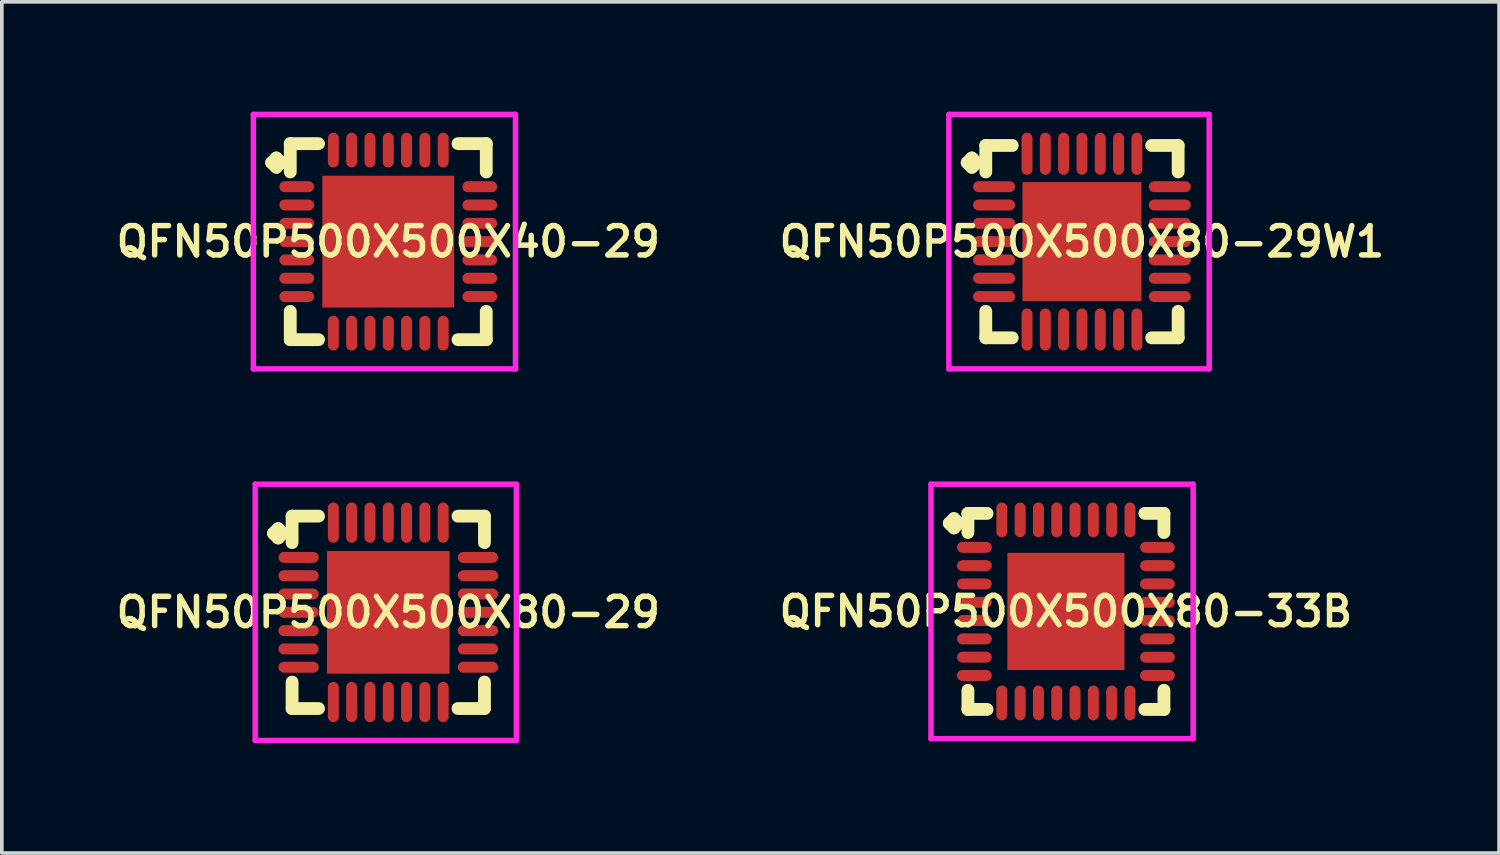
<source format=kicad_pcb>
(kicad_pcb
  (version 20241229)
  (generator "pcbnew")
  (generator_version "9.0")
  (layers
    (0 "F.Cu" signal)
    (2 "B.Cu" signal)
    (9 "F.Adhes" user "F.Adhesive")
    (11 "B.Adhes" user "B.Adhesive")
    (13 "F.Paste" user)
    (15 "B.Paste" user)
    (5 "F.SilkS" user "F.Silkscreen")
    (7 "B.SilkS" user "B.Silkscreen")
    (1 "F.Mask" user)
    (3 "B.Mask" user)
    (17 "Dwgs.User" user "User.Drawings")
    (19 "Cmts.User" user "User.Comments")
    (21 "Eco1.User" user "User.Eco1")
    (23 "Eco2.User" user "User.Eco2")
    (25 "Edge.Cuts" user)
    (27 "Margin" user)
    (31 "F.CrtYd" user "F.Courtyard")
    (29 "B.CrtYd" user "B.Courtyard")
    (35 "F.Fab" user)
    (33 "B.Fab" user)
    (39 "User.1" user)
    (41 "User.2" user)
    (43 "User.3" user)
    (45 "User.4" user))
  (footprint "QFN50P500X500X80-33B"
    (layer "F.Cu")
    (at 26.064 13.65)
    (property "Reference" "QFN50P500X500X80-33B" (at 0 0 0) (layer "F.SilkS") (effects (font (size 0.8 0.8) (thickness 0.15))))
    (attr smd)
    (fp_line (start -3.185 -2.408) (end -3.058 -2.535) (stroke (width 0.35) (type solid)) (layer "F.SilkS"))
    (fp_line (start -3.058 -2.535) (end -2.931 -2.408) (stroke (width 0.35) (type solid)) (layer "F.SilkS"))
    (fp_line (start -3.058 -2.281) (end -3.185 -2.408) (stroke (width 0.35) (type solid)) (layer "F.SilkS"))
    (fp_line (start -2.931 -2.408) (end -3.058 -2.281) (stroke (width 0.35) (type solid)) (layer "F.SilkS"))
    (fp_line (start -2.677 -2.677) (end -2.154 -2.677) (stroke (width 0.35) (type solid)) (layer "F.SilkS"))
    (fp_line (start -2.677 -2.154) (end -2.677 -2.677) (stroke (width 0.35) (type solid)) (layer "F.SilkS"))
    (fp_line (start -2.677 2.154) (end -2.677 2.677) (stroke (width 0.35) (type solid)) (layer "F.SilkS"))
    (fp_line (start -2.677 2.677) (end -2.154 2.677) (stroke (width 0.35) (type solid)) (layer "F.SilkS"))
    (fp_line (start 2.154 -2.677) (end 2.677 -2.677) (stroke (width 0.35) (type solid)) (layer "F.SilkS"))
    (fp_line (start 2.154 2.677) (end 2.677 2.677) (stroke (width 0.35) (type solid)) (layer "F.SilkS"))
    (fp_line (start 2.677 -2.677) (end 2.677 -2.154) (stroke (width 0.35) (type solid)) (layer "F.SilkS"))
    (fp_line (start 2.677 2.677) (end 2.677 2.154) (stroke (width 0.35) (type solid)) (layer "F.SilkS"))
    (fp_line (start -3.685 -3.475) (end 3.475 -3.475) (stroke (width 0.15) (type solid)) (layer "F.CrtYd"))
    (fp_line (start -3.685 3.475) (end -3.685 -3.475) (stroke (width 0.15) (type solid)) (layer "F.CrtYd"))
    (fp_line (start 3.475 -3.475) (end 3.475 3.475) (stroke (width 0.15) (type solid)) (layer "F.CrtYd"))
    (fp_line (start 3.475 3.475) (end -3.685 3.475) (stroke (width 0.15) (type solid)) (layer "F.CrtYd"))
    (pad "1" smd oval (at -2.5 -1.75) (size 0.95 0.3) (layers "F.Cu" "F.Mask" "F.Paste"))
    (pad "2" smd oval (at -2.5 -1.25) (size 0.95 0.3) (layers "F.Cu" "F.Mask" "F.Paste"))
    (pad "3" smd oval (at -2.5 -0.75) (size 0.95 0.3) (layers "F.Cu" "F.Mask" "F.Paste"))
    (pad "4" smd oval (at -2.5 -0.25) (size 0.95 0.3) (layers "F.Cu" "F.Mask" "F.Paste"))
    (pad "5" smd oval (at -2.5 0.25) (size 0.95 0.3) (layers "F.Cu" "F.Mask" "F.Paste"))
    (pad "6" smd oval (at -2.5 0.75) (size 0.95 0.3) (layers "F.Cu" "F.Mask" "F.Paste"))
    (pad "7" smd oval (at -2.5 1.25) (size 0.95 0.3) (layers "F.Cu" "F.Mask" "F.Paste"))
    (pad "8" smd oval (at -2.5 1.75) (size 0.95 0.3) (layers "F.Cu" "F.Mask" "F.Paste"))
    (pad "9" smd oval (at -1.75 2.5) (size 0.3 0.95) (layers "F.Cu" "F.Mask" "F.Paste"))
    (pad "10" smd oval (at -1.25 2.5) (size 0.3 0.95) (layers "F.Cu" "F.Mask" "F.Paste"))
    (pad "11" smd oval (at -0.75 2.5) (size 0.3 0.95) (layers "F.Cu" "F.Mask" "F.Paste"))
    (pad "12" smd oval (at -0.25 2.5) (size 0.3 0.95) (layers "F.Cu" "F.Mask" "F.Paste"))
    (pad "13" smd oval (at 0.25 2.5) (size 0.3 0.95) (layers "F.Cu" "F.Mask" "F.Paste"))
    (pad "14" smd oval (at 0.75 2.5) (size 0.3 0.95) (layers "F.Cu" "F.Mask" "F.Paste"))
    (pad "15" smd oval (at 1.25 2.5) (size 0.3 0.95) (layers "F.Cu" "F.Mask" "F.Paste"))
    (pad "16" smd oval (at 1.75 2.5) (size 0.3 0.95) (layers "F.Cu" "F.Mask" "F.Paste"))
    (pad "17" smd oval (at 2.5 1.75) (size 0.95 0.3) (layers "F.Cu" "F.Mask" "F.Paste"))
    (pad "18" smd oval (at 2.5 1.25) (size 0.95 0.3) (layers "F.Cu" "F.Mask" "F.Paste"))
    (pad "19" smd oval (at 2.5 0.75) (size 0.95 0.3) (layers "F.Cu" "F.Mask" "F.Paste"))
    (pad "20" smd oval (at 2.5 0.25) (size 0.95 0.3) (layers "F.Cu" "F.Mask" "F.Paste"))
    (pad "21" smd oval (at 2.5 -0.25) (size 0.95 0.3) (layers "F.Cu" "F.Mask" "F.Paste"))
    (pad "22" smd oval (at 2.5 -0.75) (size 0.95 0.3) (layers "F.Cu" "F.Mask" "F.Paste"))
    (pad "23" smd oval (at 2.5 -1.25) (size 0.95 0.3) (layers "F.Cu" "F.Mask" "F.Paste"))
    (pad "24" smd oval (at 2.5 -1.75) (size 0.95 0.3) (layers "F.Cu" "F.Mask" "F.Paste"))
    (pad "25" smd oval (at 1.75 -2.5) (size 0.3 0.95) (layers "F.Cu" "F.Mask" "F.Paste"))
    (pad "26" smd oval (at 1.25 -2.5) (size 0.3 0.95) (layers "F.Cu" "F.Mask" "F.Paste"))
    (pad "27" smd oval (at 0.75 -2.5) (size 0.3 0.95) (layers "F.Cu" "F.Mask" "F.Paste"))
    (pad "28" smd oval (at 0.25 -2.5) (size 0.3 0.95) (layers "F.Cu" "F.Mask" "F.Paste"))
    (pad "29" smd oval (at -0.25 -2.5) (size 0.3 0.95) (layers "F.Cu" "F.Mask" "F.Paste"))
    (pad "30" smd oval (at -0.75 -2.5) (size 0.3 0.95) (layers "F.Cu" "F.Mask" "F.Paste"))
    (pad "31" smd oval (at -1.25 -2.5) (size 0.3 0.95) (layers "F.Cu" "F.Mask" "F.Paste"))
    (pad "32" smd oval (at -1.75 -2.5) (size 0.3 0.95) (layers "F.Cu" "F.Mask" "F.Paste"))
    (pad "33" smd rect (at 0 0) (size 3.2 3.2) (layers "F.Cu" "F.Mask" "F.Paste")))
  (footprint "QFN50P500X500X80-29W1"
    (layer "F.Cu")
    (at 26.502 3.55)
    (property "Reference" "QFN50P500X500X80-29W1" (at 0 0 0) (layer "F.SilkS") (effects (font (size 0.8 0.8) (thickness 0.15))))
    (attr smd)
    (fp_line (start -3.135 -2.158) (end -3.008 -2.285) (stroke (width 0.35) (type solid)) (layer "F.SilkS"))
    (fp_line (start -3.008 -2.285) (end -2.881 -2.158) (stroke (width 0.35) (type solid)) (layer "F.SilkS"))
    (fp_line (start -3.008 -2.031) (end -3.135 -2.158) (stroke (width 0.35) (type solid)) (layer "F.SilkS"))
    (fp_line (start -2.881 -2.158) (end -3.008 -2.031) (stroke (width 0.35) (type solid)) (layer "F.SilkS"))
    (fp_line (start -2.627 -2.627) (end -1.904 -2.627) (stroke (width 0.35) (type solid)) (layer "F.SilkS"))
    (fp_line (start -2.627 -1.904) (end -2.627 -2.627) (stroke (width 0.35) (type solid)) (layer "F.SilkS"))
    (fp_line (start -2.627 1.904) (end -2.627 2.627) (stroke (width 0.35) (type solid)) (layer "F.SilkS"))
    (fp_line (start -2.627 2.627) (end -1.904 2.627) (stroke (width 0.35) (type solid)) (layer "F.SilkS"))
    (fp_line (start 1.904 -2.627) (end 2.627 -2.627) (stroke (width 0.35) (type solid)) (layer "F.SilkS"))
    (fp_line (start 1.904 2.627) (end 2.627 2.627) (stroke (width 0.35) (type solid)) (layer "F.SilkS"))
    (fp_line (start 2.627 -2.627) (end 2.627 -1.904) (stroke (width 0.35) (type solid)) (layer "F.SilkS"))
    (fp_line (start 2.627 2.627) (end 2.627 1.904) (stroke (width 0.35) (type solid)) (layer "F.SilkS"))
    (fp_line (start -3.635 -3.475) (end 3.475 -3.475) (stroke (width 0.15) (type solid)) (layer "F.CrtYd"))
    (fp_line (start -3.635 3.475) (end -3.635 -3.475) (stroke (width 0.15) (type solid)) (layer "F.CrtYd"))
    (fp_line (start 3.475 -3.475) (end 3.475 3.475) (stroke (width 0.15) (type solid)) (layer "F.CrtYd"))
    (fp_line (start 3.475 3.475) (end -3.635 3.475) (stroke (width 0.15) (type solid)) (layer "F.CrtYd"))
    (pad "1" smd oval (at -2.4 -1.5) (size 1.15 0.3) (layers "F.Cu" "F.Mask" "F.Paste"))
    (pad "2" smd oval (at -2.4 -1) (size 1.15 0.3) (layers "F.Cu" "F.Mask" "F.Paste"))
    (pad "3" smd oval (at -2.4 -0.5) (size 1.15 0.3) (layers "F.Cu" "F.Mask" "F.Paste"))
    (pad "4" smd oval (at -2.4 0) (size 1.15 0.3) (layers "F.Cu" "F.Mask" "F.Paste"))
    (pad "5" smd oval (at -2.4 0.5) (size 1.15 0.3) (layers "F.Cu" "F.Mask" "F.Paste"))
    (pad "6" smd oval (at -2.4 1) (size 1.15 0.3) (layers "F.Cu" "F.Mask" "F.Paste"))
    (pad "7" smd oval (at -2.4 1.5) (size 1.15 0.3) (layers "F.Cu" "F.Mask" "F.Paste"))
    (pad "8" smd oval (at -1.5 2.4) (size 0.3 1.15) (layers "F.Cu" "F.Mask" "F.Paste"))
    (pad "9" smd oval (at -1 2.4) (size 0.3 1.15) (layers "F.Cu" "F.Mask" "F.Paste"))
    (pad "10" smd oval (at -0.5 2.4) (size 0.3 1.15) (layers "F.Cu" "F.Mask" "F.Paste"))
    (pad "11" smd oval (at 0 2.4) (size 0.3 1.15) (layers "F.Cu" "F.Mask" "F.Paste"))
    (pad "12" smd oval (at 0.5 2.4) (size 0.3 1.15) (layers "F.Cu" "F.Mask" "F.Paste"))
    (pad "13" smd oval (at 1 2.4) (size 0.3 1.15) (layers "F.Cu" "F.Mask" "F.Paste"))
    (pad "14" smd oval (at 1.5 2.4) (size 0.3 1.15) (layers "F.Cu" "F.Mask" "F.Paste"))
    (pad "15" smd oval (at 2.4 1.5) (size 1.15 0.3) (layers "F.Cu" "F.Mask" "F.Paste"))
    (pad "16" smd oval (at 2.4 1) (size 1.15 0.3) (layers "F.Cu" "F.Mask" "F.Paste"))
    (pad "17" smd oval (at 2.4 0.5) (size 1.15 0.3) (layers "F.Cu" "F.Mask" "F.Paste"))
    (pad "18" smd oval (at 2.4 0) (size 1.15 0.3) (layers "F.Cu" "F.Mask" "F.Paste"))
    (pad "19" smd oval (at 2.4 -0.5) (size 1.15 0.3) (layers "F.Cu" "F.Mask" "F.Paste"))
    (pad "20" smd oval (at 2.4 -1) (size 1.15 0.3) (layers "F.Cu" "F.Mask" "F.Paste"))
    (pad "21" smd oval (at 2.4 -1.5) (size 1.15 0.3) (layers "F.Cu" "F.Mask" "F.Paste"))
    (pad "22" smd oval (at 1.5 -2.4) (size 0.3 1.15) (layers "F.Cu" "F.Mask" "F.Paste"))
    (pad "23" smd oval (at 1 -2.4) (size 0.3 1.15) (layers "F.Cu" "F.Mask" "F.Paste"))
    (pad "24" smd oval (at 0.5 -2.4) (size 0.3 1.15) (layers "F.Cu" "F.Mask" "F.Paste"))
    (pad "25" smd oval (at 0 -2.4) (size 0.3 1.15) (layers "F.Cu" "F.Mask" "F.Paste"))
    (pad "26" smd oval (at -0.5 -2.4) (size 0.3 1.15) (layers "F.Cu" "F.Mask" "F.Paste"))
    (pad "27" smd oval (at -1 -2.4) (size 0.3 1.15) (layers "F.Cu" "F.Mask" "F.Paste"))
    (pad "28" smd oval (at -1.5 -2.4) (size 0.3 1.15) (layers "F.Cu" "F.Mask" "F.Paste"))
    (pad "29" smd rect (at 0 0) (size 3.25 3.25) (layers "F.Cu" "F.Mask" "F.Paste")))
  (footprint "QFN50P500X500X80-29"
    (layer "F.Cu")
    (at 7.555 13.675)
    (property "Reference" "QFN50P500X500X80-29" (at 0 0 0) (layer "F.SilkS") (effects (font (size 0.8 0.8) (thickness 0.15))))
    (attr through_hole)
    (fp_line (start -3.135 -2.158) (end -3.008 -2.285) (stroke (width 0.35) (type solid)) (layer "F.SilkS"))
    (fp_line (start -3.008 -2.285) (end -2.881 -2.158) (stroke (width 0.35) (type solid)) (layer "F.SilkS"))
    (fp_line (start -3.008 -2.031) (end -3.135 -2.158) (stroke (width 0.35) (type solid)) (layer "F.SilkS"))
    (fp_line (start -2.881 -2.158) (end -3.008 -2.031) (stroke (width 0.35) (type solid)) (layer "F.SilkS"))
    (fp_line (start -2.627 -2.627) (end -1.904 -2.627) (stroke (width 0.35) (type solid)) (layer "F.SilkS"))
    (fp_line (start -2.627 -1.904) (end -2.627 -2.627) (stroke (width 0.35) (type solid)) (layer "F.SilkS"))
    (fp_line (start -2.627 1.904) (end -2.627 2.627) (stroke (width 0.35) (type solid)) (layer "F.SilkS"))
    (fp_line (start -2.627 2.627) (end -1.904 2.627) (stroke (width 0.35) (type solid)) (layer "F.SilkS"))
    (fp_line (start 1.904 -2.627) (end 2.627 -2.627) (stroke (width 0.35) (type solid)) (layer "F.SilkS"))
    (fp_line (start 1.904 2.627) (end 2.627 2.627) (stroke (width 0.35) (type solid)) (layer "F.SilkS"))
    (fp_line (start 2.627 -2.627) (end 2.627 -1.904) (stroke (width 0.35) (type solid)) (layer "F.SilkS"))
    (fp_line (start 2.627 2.627) (end 2.627 1.904) (stroke (width 0.35) (type solid)) (layer "F.SilkS"))
    (fp_line (start -3.635 -3.5) (end 3.5 -3.5) (stroke (width 0.15) (type solid)) (layer "F.CrtYd"))
    (fp_line (start -3.635 3.5) (end -3.635 -3.5) (stroke (width 0.15) (type solid)) (layer "F.CrtYd"))
    (fp_line (start 3.5 -3.5) (end 3.5 3.5) (stroke (width 0.15) (type solid)) (layer "F.CrtYd"))
    (fp_line (start 3.5 3.5) (end -3.635 3.5) (stroke (width 0.15) (type solid)) (layer "F.CrtYd"))
    (pad "1" smd oval (at -2.45 -1.5) (size 1.1 0.3) (layers "F.Cu" "F.Mask" "F.Paste"))
    (pad "2" smd oval (at -2.45 -1) (size 1.1 0.3) (layers "F.Cu" "F.Mask" "F.Paste"))
    (pad "3" smd oval (at -2.45 -0.5) (size 1.1 0.3) (layers "F.Cu" "F.Mask" "F.Paste"))
    (pad "4" smd oval (at -2.45 0) (size 1.1 0.3) (layers "F.Cu" "F.Mask" "F.Paste"))
    (pad "5" smd oval (at -2.45 0.5) (size 1.1 0.3) (layers "F.Cu" "F.Mask" "F.Paste"))
    (pad "6" smd oval (at -2.45 1) (size 1.1 0.3) (layers "F.Cu" "F.Mask" "F.Paste"))
    (pad "7" smd oval (at -2.45 1.5) (size 1.1 0.3) (layers "F.Cu" "F.Mask" "F.Paste"))
    (pad "8" smd oval (at -1.5 2.45) (size 0.3 1.1) (layers "F.Cu" "F.Mask" "F.Paste"))
    (pad "9" smd oval (at -1 2.45) (size 0.3 1.1) (layers "F.Cu" "F.Mask" "F.Paste"))
    (pad "10" smd oval (at -0.5 2.45) (size 0.3 1.1) (layers "F.Cu" "F.Mask" "F.Paste"))
    (pad "11" smd oval (at 0 2.45) (size 0.3 1.1) (layers "F.Cu" "F.Mask" "F.Paste"))
    (pad "12" smd oval (at 0.5 2.45) (size 0.3 1.1) (layers "F.Cu" "F.Mask" "F.Paste"))
    (pad "13" smd oval (at 1 2.45) (size 0.3 1.1) (layers "F.Cu" "F.Mask" "F.Paste"))
    (pad "14" smd oval (at 1.5 2.45) (size 0.3 1.1) (layers "F.Cu" "F.Mask" "F.Paste"))
    (pad "15" smd oval (at 2.45 1.5) (size 1.1 0.3) (layers "F.Cu" "F.Mask" "F.Paste"))
    (pad "16" smd oval (at 2.45 1) (size 1.1 0.3) (layers "F.Cu" "F.Mask" "F.Paste"))
    (pad "17" smd oval (at 2.45 0.5) (size 1.1 0.3) (layers "F.Cu" "F.Mask" "F.Paste"))
    (pad "18" smd oval (at 2.45 0) (size 1.1 0.3) (layers "F.Cu" "F.Mask" "F.Paste"))
    (pad "19" smd oval (at 2.45 -0.5) (size 1.1 0.3) (layers "F.Cu" "F.Mask" "F.Paste"))
    (pad "20" smd oval (at 2.45 -1) (size 1.1 0.3) (layers "F.Cu" "F.Mask" "F.Paste"))
    (pad "21" smd oval (at 2.45 -1.5) (size 1.1 0.3) (layers "F.Cu" "F.Mask" "F.Paste"))
    (pad "22" smd oval (at 1.5 -2.45) (size 0.3 1.1) (layers "F.Cu" "F.Mask" "F.Paste"))
    (pad "23" smd oval (at 1 -2.45) (size 0.3 1.1) (layers "F.Cu" "F.Mask" "F.Paste"))
    (pad "24" smd oval (at 0.5 -2.45) (size 0.3 1.1) (layers "F.Cu" "F.Mask" "F.Paste"))
    (pad "25" smd oval (at 0 -2.45) (size 0.3 1.1) (layers "F.Cu" "F.Mask" "F.Paste"))
    (pad "26" smd oval (at -0.5 -2.45) (size 0.3 1.1) (layers "F.Cu" "F.Mask" "F.Paste"))
    (pad "27" smd oval (at -1 -2.45) (size 0.3 1.1) (layers "F.Cu" "F.Mask" "F.Paste"))
    (pad "28" smd oval (at -1.5 -2.45) (size 0.3 1.1) (layers "F.Cu" "F.Mask" "F.Paste"))
    (pad "29" smd rect (at 0 0) (size 3.35 3.35) (layers "F.Cu" "F.Mask" "F.Paste")))
  (footprint "QFN50P500X500X40-29"
    (layer "F.Cu")
    (at 7.555 3.55)
    (property "Reference" "QFN50P500X500X40-29" (at 0 0 0) (layer "F.SilkS") (effects (font (size 0.8 0.8) (thickness 0.15))))
    (attr smd)
    (fp_line (start -3.185 -2.158) (end -3.058 -2.285) (stroke (width 0.35) (type solid)) (layer "F.SilkS"))
    (fp_line (start -3.058 -2.285) (end -2.931 -2.158) (stroke (width 0.35) (type solid)) (layer "F.SilkS"))
    (fp_line (start -3.058 -2.031) (end -3.185 -2.158) (stroke (width 0.35) (type solid)) (layer "F.SilkS"))
    (fp_line (start -2.931 -2.158) (end -3.058 -2.031) (stroke (width 0.35) (type solid)) (layer "F.SilkS"))
    (fp_line (start -2.677 -2.677) (end -1.904 -2.677) (stroke (width 0.35) (type solid)) (layer "F.SilkS"))
    (fp_line (start -2.677 -1.904) (end -2.677 -2.677) (stroke (width 0.35) (type solid)) (layer "F.SilkS"))
    (fp_line (start -2.677 1.904) (end -2.677 2.677) (stroke (width 0.35) (type solid)) (layer "F.SilkS"))
    (fp_line (start -2.677 2.677) (end -1.904 2.677) (stroke (width 0.35) (type solid)) (layer "F.SilkS"))
    (fp_line (start 1.904 -2.677) (end 2.677 -2.677) (stroke (width 0.35) (type solid)) (layer "F.SilkS"))
    (fp_line (start 1.904 2.677) (end 2.677 2.677) (stroke (width 0.35) (type solid)) (layer "F.SilkS"))
    (fp_line (start 2.677 -2.677) (end 2.677 -1.904) (stroke (width 0.35) (type solid)) (layer "F.SilkS"))
    (fp_line (start 2.677 2.677) (end 2.677 1.904) (stroke (width 0.35) (type solid)) (layer "F.SilkS"))
    (fp_line (start -3.685 -3.475) (end 3.475 -3.475) (stroke (width 0.15) (type solid)) (layer "F.CrtYd"))
    (fp_line (start -3.685 3.475) (end -3.685 -3.475) (stroke (width 0.15) (type solid)) (layer "F.CrtYd"))
    (fp_line (start 3.475 -3.475) (end 3.475 3.475) (stroke (width 0.15) (type solid)) (layer "F.CrtYd"))
    (fp_line (start 3.475 3.475) (end -3.685 3.475) (stroke (width 0.15) (type solid)) (layer "F.CrtYd"))
    (pad "1" smd oval (at -2.5 -1.5) (size 0.95 0.3) (layers "F.Cu" "F.Mask" "F.Paste"))
    (pad "2" smd oval (at -2.5 -1) (size 0.95 0.3) (layers "F.Cu" "F.Mask" "F.Paste"))
    (pad "3" smd oval (at -2.5 -0.5) (size 0.95 0.3) (layers "F.Cu" "F.Mask" "F.Paste"))
    (pad "4" smd oval (at -2.5 0) (size 0.95 0.3) (layers "F.Cu" "F.Mask" "F.Paste"))
    (pad "5" smd oval (at -2.5 0.5) (size 0.95 0.3) (layers "F.Cu" "F.Mask" "F.Paste"))
    (pad "6" smd oval (at -2.5 1) (size 0.95 0.3) (layers "F.Cu" "F.Mask" "F.Paste"))
    (pad "7" smd oval (at -2.5 1.5) (size 0.95 0.3) (layers "F.Cu" "F.Mask" "F.Paste"))
    (pad "8" smd oval (at -1.5 2.5) (size 0.3 0.95) (layers "F.Cu" "F.Mask" "F.Paste"))
    (pad "9" smd oval (at -1 2.5) (size 0.3 0.95) (layers "F.Cu" "F.Mask" "F.Paste"))
    (pad "10" smd oval (at -0.5 2.5) (size 0.3 0.95) (layers "F.Cu" "F.Mask" "F.Paste"))
    (pad "11" smd oval (at 0 2.5) (size 0.3 0.95) (layers "F.Cu" "F.Mask" "F.Paste"))
    (pad "12" smd oval (at 0.5 2.5) (size 0.3 0.95) (layers "F.Cu" "F.Mask" "F.Paste"))
    (pad "13" smd oval (at 1 2.5) (size 0.3 0.95) (layers "F.Cu" "F.Mask" "F.Paste"))
    (pad "14" smd oval (at 1.5 2.5) (size 0.3 0.95) (layers "F.Cu" "F.Mask" "F.Paste"))
    (pad "15" smd oval (at 2.5 1.5) (size 0.95 0.3) (layers "F.Cu" "F.Mask" "F.Paste"))
    (pad "16" smd oval (at 2.5 1) (size 0.95 0.3) (layers "F.Cu" "F.Mask" "F.Paste"))
    (pad "17" smd oval (at 2.5 0.5) (size 0.95 0.3) (layers "F.Cu" "F.Mask" "F.Paste"))
    (pad "18" smd oval (at 2.5 0) (size 0.95 0.3) (layers "F.Cu" "F.Mask" "F.Paste"))
    (pad "19" smd oval (at 2.5 -0.5) (size 0.95 0.3) (layers "F.Cu" "F.Mask" "F.Paste"))
    (pad "20" smd oval (at 2.5 -1) (size 0.95 0.3) (layers "F.Cu" "F.Mask" "F.Paste"))
    (pad "21" smd oval (at 2.5 -1.5) (size 0.95 0.3) (layers "F.Cu" "F.Mask" "F.Paste"))
    (pad "22" smd oval (at 1.5 -2.5) (size 0.3 0.95) (layers "F.Cu" "F.Mask" "F.Paste"))
    (pad "23" smd oval (at 1 -2.5) (size 0.3 0.95) (layers "F.Cu" "F.Mask" "F.Paste"))
    (pad "24" smd oval (at 0.5 -2.5) (size 0.3 0.95) (layers "F.Cu" "F.Mask" "F.Paste"))
    (pad "25" smd oval (at 0 -2.5) (size 0.3 0.95) (layers "F.Cu" "F.Mask" "F.Paste"))
    (pad "26" smd oval (at -0.5 -2.5) (size 0.3 0.95) (layers "F.Cu" "F.Mask" "F.Paste"))
    (pad "27" smd oval (at -1 -2.5) (size 0.3 0.95) (layers "F.Cu" "F.Mask" "F.Paste"))
    (pad "28" smd oval (at -1.5 -2.5) (size 0.3 0.95) (layers "F.Cu" "F.Mask" "F.Paste"))
    (pad "29" smd rect (at 0 0) (size 3.6 3.6) (layers "F.Cu" "F.Mask" "F.Paste")))
  (gr_rect
    (start -3 -3)
    (end 37.894 20.25)
    (stroke (width 0.1) (type default))
    (fill no)
    (layer "Edge.Cuts")))
</source>
